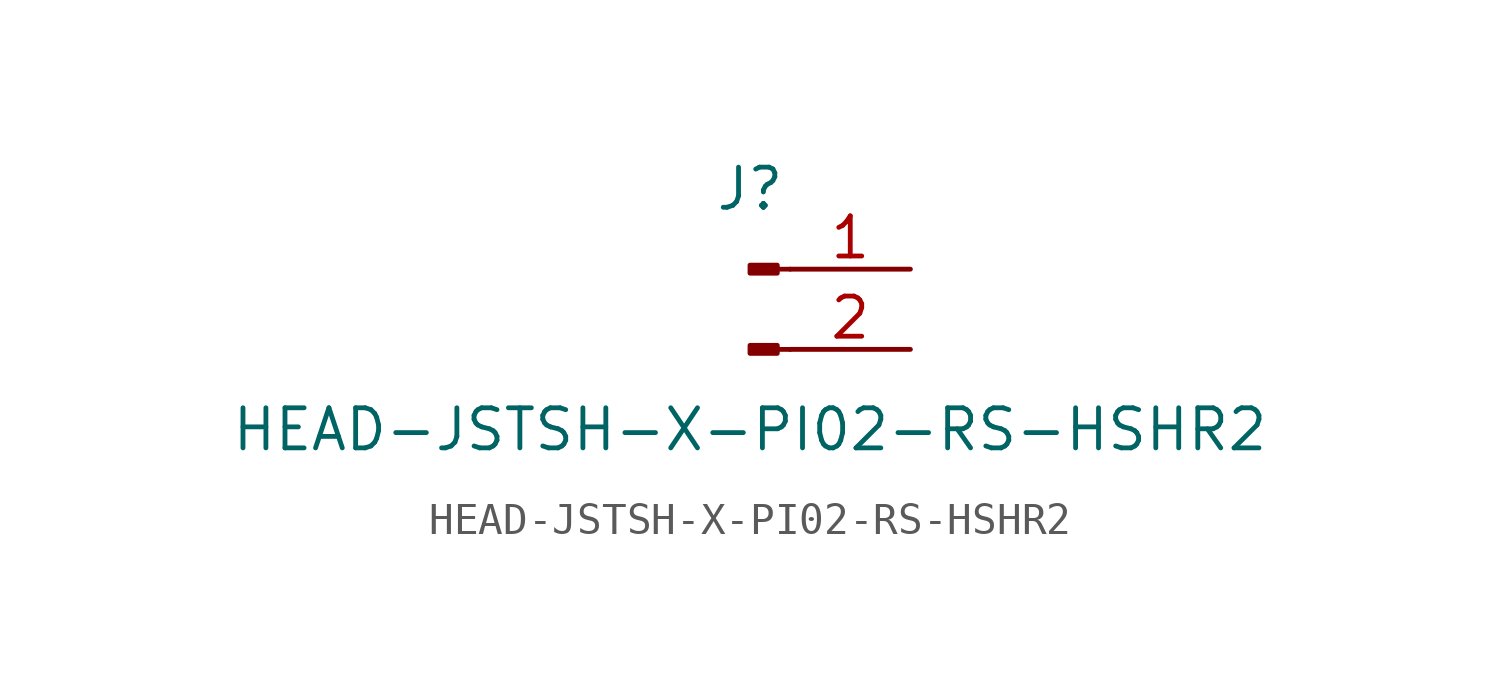
<source format=kicad_sym>
(kicad_symbol_lib
  (version 20211014)
  (generator kicad_symbol_editor)
  (symbol "HEAD-JSTSH-X-PI02-RS-HSHR2"
    (pin_names
      (offset 1.016) hide)
    (property "Reference" "J"
      (at 0 2.54 0)
      (effects (font (size 1.27 1.27))))
    (property "Value" "HEAD-JSTSH-X-PI02-RS-HSHR2"
      (at 0 -5.08 0)
      (effects (font (size 1.27 1.27))))
    (symbol "HEAD-JSTSH-X-PI02-RS-HSHR2_1_1"
      (polyline (pts (xy 1.27 -2.54) (xy 0.864 -2.54)) (stroke (width 0.152) (type default) (color 0 0 0 0)) (fill (type none)))
      (polyline (pts (xy 1.27 0) (xy 0.864 0)) (stroke (width 0.152) (type default) (color 0 0 0 0)) (fill (type none)))
      (rectangle (start 0.864 -2.413) (end 0 -2.667) (stroke (width 0.152) (type default) (color 0 0 0 0)) (fill (type outline)))
      (rectangle (start 0.864 0.127) (end 0 -0.127) (stroke (width 0.152) (type default) (color 0 0 0 0)) (fill (type outline)))
      (pin passive line (at 5.08 0 180) (length 3.81) (name "Pin_1" (effects (font (size 1.27 1.27)))) (number "1" (effects (font (size 1.27 1.27)))))
      (pin passive line (at 5.08 -2.54 180) (length 3.81) (name "Pin_2" (effects (font (size 1.27 1.27)))) (number "2" (effects (font (size 1.27 1.27))))))))
</source>
